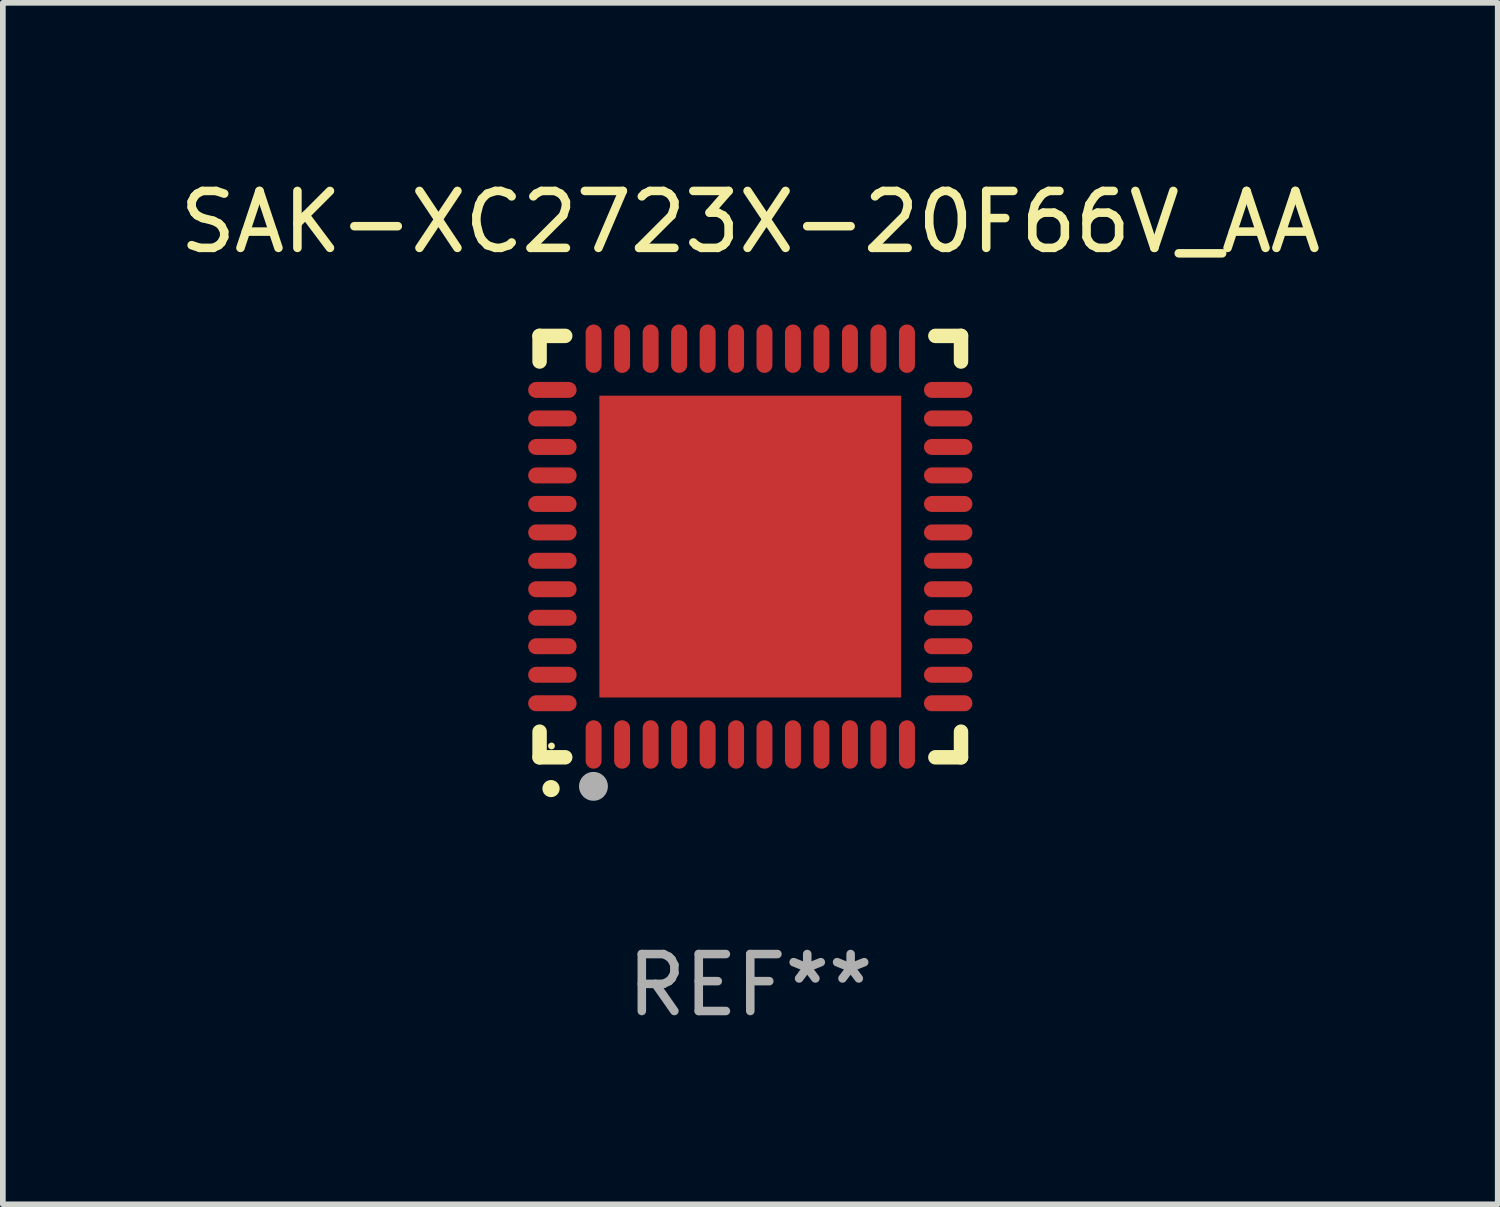
<source format=kicad_pcb>
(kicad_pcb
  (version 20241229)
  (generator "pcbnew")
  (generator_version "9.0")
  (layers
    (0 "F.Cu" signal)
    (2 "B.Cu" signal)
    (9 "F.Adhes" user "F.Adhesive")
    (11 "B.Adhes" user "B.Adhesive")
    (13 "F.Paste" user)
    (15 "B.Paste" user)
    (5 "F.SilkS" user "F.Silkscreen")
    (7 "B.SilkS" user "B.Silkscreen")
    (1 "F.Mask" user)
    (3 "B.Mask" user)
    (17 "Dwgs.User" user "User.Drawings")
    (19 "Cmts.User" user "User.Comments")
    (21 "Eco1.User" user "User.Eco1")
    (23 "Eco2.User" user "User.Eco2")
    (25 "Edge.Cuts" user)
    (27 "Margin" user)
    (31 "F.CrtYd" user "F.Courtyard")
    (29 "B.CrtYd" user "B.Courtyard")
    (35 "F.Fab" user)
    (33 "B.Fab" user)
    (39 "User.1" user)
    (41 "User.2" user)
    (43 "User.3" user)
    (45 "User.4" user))
  (footprint "SAK-XC2723X-20F66V_AA"
    (layer "F.Cu")
    (at 10.125 6.548)
    (property "Reference" "SAK-XC2723X-20F66V_AA" (at 0 -5.7 0) (layer "F.SilkS") (effects (font (size 1 1) (thickness 0.15))))
    (attr through_hole)
    (fp_line (start -3.7 -3.7) (end -3.25 -3.7) (stroke (width 0.254) (type solid)) (layer "F.SilkS"))
    (fp_line (start -3.7 -3.25) (end -3.7 -3.7) (stroke (width 0.254) (type solid)) (layer "F.SilkS"))
    (fp_line (start -3.7 3.7) (end -3.7 3.25) (stroke (width 0.254) (type solid)) (layer "F.SilkS"))
    (fp_line (start -3.25 3.7) (end -3.7 3.7) (stroke (width 0.254) (type solid)) (layer "F.SilkS"))
    (fp_line (start 3.25 3.7) (end 3.7 3.7) (stroke (width 0.254) (type solid)) (layer "F.SilkS"))
    (fp_line (start 3.7 -3.7) (end 3.25 -3.7) (stroke (width 0.254) (type solid)) (layer "F.SilkS"))
    (fp_line (start 3.7 -3.25) (end 3.7 -3.7) (stroke (width 0.254) (type solid)) (layer "F.SilkS"))
    (fp_line (start 3.7 3.7) (end 3.7 3.25) (stroke (width 0.254) (type solid)) (layer "F.SilkS"))
    (fp_arc (start -3.500127 4.249428) (mid -3.498857 4.249423) (end -3.497587 4.249428) (stroke (width 0.3) (type solid)) (layer "F.SilkS"))
    (fp_circle (center -3.491 3.501) (end -3.461 3.501) (stroke (width 0.06) (type solid)) (fill no) (layer "F.SilkS"))
    (fp_circle (center -2.754 4.21) (end -2.627 4.21) (stroke (width 0.254) (type solid)) (fill no) (layer "F.Fab"))
    (fp_text user "REF**" (at 0 7.7 0) (layer "F.Fab") (effects (font (size 1 1) (thickness 0.15))))
    (pad "1" smd oval (at -2.751 3.475) (size 0.28 0.85) (layers "F.Cu" "F.Mask" "F.Paste"))
    (pad "2" smd oval (at -2.251 3.475) (size 0.28 0.85) (layers "F.Cu" "F.Mask" "F.Paste"))
    (pad "3" smd oval (at -1.75 3.475) (size 0.28 0.85) (layers "F.Cu" "F.Mask" "F.Paste"))
    (pad "4" smd oval (at -1.25 3.475) (size 0.28 0.85) (layers "F.Cu" "F.Mask" "F.Paste"))
    (pad "5" smd oval (at -0.749 3.475) (size 0.28 0.85) (layers "F.Cu" "F.Mask" "F.Paste"))
    (pad "6" smd oval (at -0.249 3.475) (size 0.28 0.85) (layers "F.Cu" "F.Mask" "F.Paste"))
    (pad "7" smd oval (at 0.249 3.475) (size 0.28 0.85) (layers "F.Cu" "F.Mask" "F.Paste"))
    (pad "8" smd oval (at 0.749 3.475) (size 0.28 0.85) (layers "F.Cu" "F.Mask" "F.Paste"))
    (pad "9" smd oval (at 1.25 3.475) (size 0.28 0.85) (layers "F.Cu" "F.Mask" "F.Paste"))
    (pad "10" smd oval (at 1.75 3.475) (size 0.28 0.85) (layers "F.Cu" "F.Mask" "F.Paste"))
    (pad "11" smd oval (at 2.25 3.475) (size 0.28 0.85) (layers "F.Cu" "F.Mask" "F.Paste"))
    (pad "12" smd oval (at 2.751 3.475) (size 0.28 0.85) (layers "F.Cu" "F.Mask" "F.Paste"))
    (pad "13" smd oval (at 3.475 2.751) (size 0.85 0.28) (layers "F.Cu" "F.Mask" "F.Paste"))
    (pad "14" smd oval (at 3.475 2.251) (size 0.85 0.28) (layers "F.Cu" "F.Mask" "F.Paste"))
    (pad "15" smd oval (at 3.475 1.75) (size 0.85 0.28) (layers "F.Cu" "F.Mask" "F.Paste"))
    (pad "16" smd oval (at 3.475 1.25) (size 0.85 0.28) (layers "F.Cu" "F.Mask" "F.Paste"))
    (pad "17" smd oval (at 3.475 0.749) (size 0.85 0.28) (layers "F.Cu" "F.Mask" "F.Paste"))
    (pad "18" smd oval (at 3.475 0.249) (size 0.85 0.28) (layers "F.Cu" "F.Mask" "F.Paste"))
    (pad "19" smd oval (at 3.475 -0.249) (size 0.85 0.28) (layers "F.Cu" "F.Mask" "F.Paste"))
    (pad "20" smd oval (at 3.475 -0.749) (size 0.85 0.28) (layers "F.Cu" "F.Mask" "F.Paste"))
    (pad "21" smd oval (at 3.475 -1.25) (size 0.85 0.28) (layers "F.Cu" "F.Mask" "F.Paste"))
    (pad "22" smd oval (at 3.475 -1.75) (size 0.85 0.28) (layers "F.Cu" "F.Mask" "F.Paste"))
    (pad "23" smd oval (at 3.475 -2.25) (size 0.85 0.28) (layers "F.Cu" "F.Mask" "F.Paste"))
    (pad "24" smd oval (at 3.475 -2.751) (size 0.85 0.28) (layers "F.Cu" "F.Mask" "F.Paste"))
    (pad "25" smd oval (at 2.751 -3.475) (size 0.28 0.85) (layers "F.Cu" "F.Mask" "F.Paste"))
    (pad "26" smd oval (at 2.25 -3.475) (size 0.28 0.85) (layers "F.Cu" "F.Mask" "F.Paste"))
    (pad "27" smd oval (at 1.75 -3.475) (size 0.28 0.85) (layers "F.Cu" "F.Mask" "F.Paste"))
    (pad "28" smd oval (at 1.25 -3.475) (size 0.28 0.85) (layers "F.Cu" "F.Mask" "F.Paste"))
    (pad "29" smd oval (at 0.749 -3.475) (size 0.28 0.85) (layers "F.Cu" "F.Mask" "F.Paste"))
    (pad "30" smd oval (at 0.249 -3.475) (size 0.28 0.85) (layers "F.Cu" "F.Mask" "F.Paste"))
    (pad "31" smd oval (at -0.249 -3.475) (size 0.28 0.85) (layers "F.Cu" "F.Mask" "F.Paste"))
    (pad "32" smd oval (at -0.749 -3.475) (size 0.28 0.85) (layers "F.Cu" "F.Mask" "F.Paste"))
    (pad "33" smd oval (at -1.25 -3.475) (size 0.28 0.85) (layers "F.Cu" "F.Mask" "F.Paste"))
    (pad "34" smd oval (at -1.75 -3.475) (size 0.28 0.85) (layers "F.Cu" "F.Mask" "F.Paste"))
    (pad "35" smd oval (at -2.251 -3.475) (size 0.28 0.85) (layers "F.Cu" "F.Mask" "F.Paste"))
    (pad "36" smd oval (at -2.751 -3.475) (size 0.28 0.85) (layers "F.Cu" "F.Mask" "F.Paste"))
    (pad "37" smd oval (at -3.475 -2.751) (size 0.85 0.28) (layers "F.Cu" "F.Mask" "F.Paste"))
    (pad "38" smd oval (at -3.475 -2.25) (size 0.85 0.28) (layers "F.Cu" "F.Mask" "F.Paste"))
    (pad "39" smd oval (at -3.475 -1.75) (size 0.85 0.28) (layers "F.Cu" "F.Mask" "F.Paste"))
    (pad "40" smd oval (at -3.475 -1.25) (size 0.85 0.28) (layers "F.Cu" "F.Mask" "F.Paste"))
    (pad "41" smd oval (at -3.475 -0.749) (size 0.85 0.28) (layers "F.Cu" "F.Mask" "F.Paste"))
    (pad "42" smd oval (at -3.475 -0.249) (size 0.85 0.28) (layers "F.Cu" "F.Mask" "F.Paste"))
    (pad "43" smd oval (at -3.475 0.249) (size 0.85 0.28) (layers "F.Cu" "F.Mask" "F.Paste"))
    (pad "44" smd oval (at -3.475 0.749) (size 0.85 0.28) (layers "F.Cu" "F.Mask" "F.Paste"))
    (pad "45" smd oval (at -3.475 1.25) (size 0.85 0.28) (layers "F.Cu" "F.Mask" "F.Paste"))
    (pad "46" smd oval (at -3.475 1.75) (size 0.85 0.28) (layers "F.Cu" "F.Mask" "F.Paste"))
    (pad "47" smd oval (at -3.475 2.251) (size 0.85 0.28) (layers "F.Cu" "F.Mask" "F.Paste"))
    (pad "48" smd oval (at -3.475 2.751) (size 0.85 0.28) (layers "F.Cu" "F.Mask" "F.Paste"))
    (pad "49" smd rect (at -0.000102 0.000102) (size 5.3 5.3) (layers "F.Cu" "F.Mask" "F.Paste")))
  (gr_rect
    (start -3 -3)
    (end 23.25 18.097)
    (stroke (width 0.1) (type default))
    (fill no)
    (layer "Edge.Cuts")))
</source>
